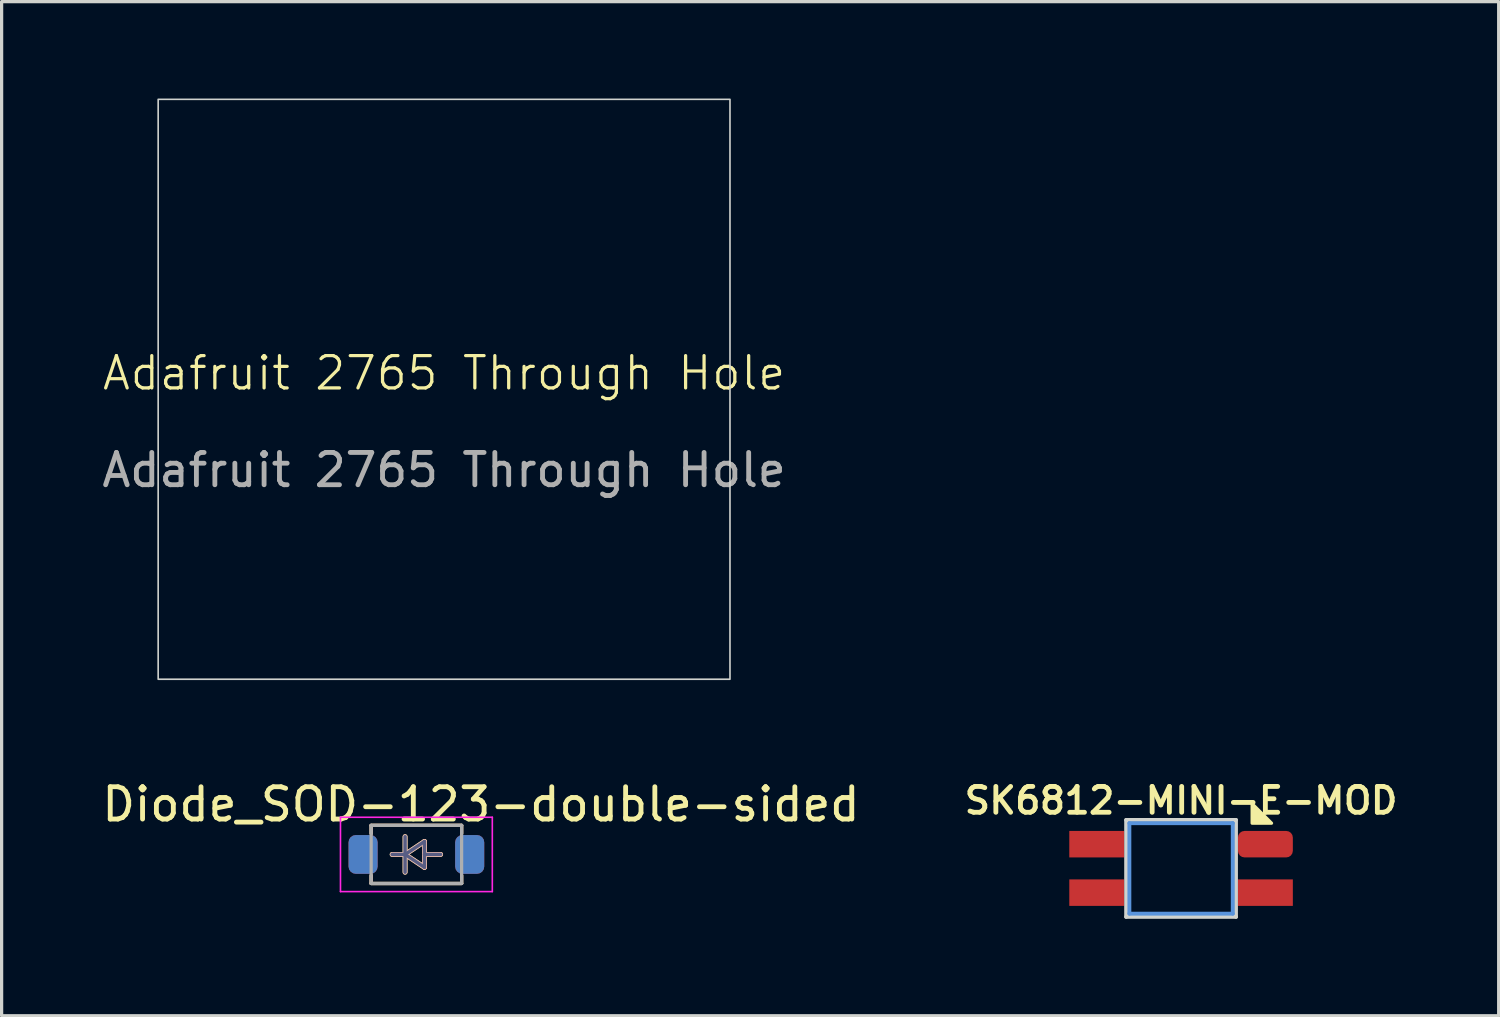
<source format=kicad_pcb>
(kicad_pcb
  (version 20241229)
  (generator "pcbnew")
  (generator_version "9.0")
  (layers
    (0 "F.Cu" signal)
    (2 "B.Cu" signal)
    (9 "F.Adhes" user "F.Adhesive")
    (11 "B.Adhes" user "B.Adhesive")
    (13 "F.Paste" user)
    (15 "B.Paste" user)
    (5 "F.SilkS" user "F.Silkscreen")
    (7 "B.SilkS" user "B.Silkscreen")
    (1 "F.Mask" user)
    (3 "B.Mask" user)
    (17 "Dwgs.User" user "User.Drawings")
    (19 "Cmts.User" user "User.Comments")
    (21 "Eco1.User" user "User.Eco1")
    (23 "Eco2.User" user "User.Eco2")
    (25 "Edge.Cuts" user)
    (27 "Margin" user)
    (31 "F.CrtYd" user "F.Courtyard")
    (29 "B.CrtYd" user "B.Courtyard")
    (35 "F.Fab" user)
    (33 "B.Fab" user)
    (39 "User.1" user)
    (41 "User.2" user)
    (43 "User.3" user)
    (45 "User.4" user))
  (footprint "SK6812-MINI-E-MOD"
    (layer "F.Cu")
    (at 33.509 23.831)
    (property "Reference" "SK6812-MINI-E-MOD" (at 0 -2.1 0) (unlocked yes) (layer "F.SilkS") (effects (font (size 0.8 0.8) (thickness 0.15))))
    (attr through_hole)
    (fp_poly (pts (xy 2.8 -1.4) (xy 2.2 -1.4) (xy 2.2 -2)) (stroke (width 0.1) (type solid)) (fill yes) (layer "F.SilkS"))
    (fp_line (start -1.6 -1.4) (end 1.6 -1.4) (stroke (width 0.12) (type solid)) (layer "Cmts.User"))
    (fp_line (start -1.6 1.4) (end -1.6 -1.4) (stroke (width 0.12) (type solid)) (layer "Cmts.User"))
    (fp_line (start 1.6 -1.4) (end 1.6 1.4) (stroke (width 0.12) (type solid)) (layer "Cmts.User"))
    (fp_line (start 1.6 1.4) (end -1.6 1.4) (stroke (width 0.12) (type solid)) (layer "Cmts.User"))
    (fp_line (start -1.7 -1.5) (end 1.7 -1.5) (stroke (width 0.12) (type solid)) (layer "Edge.Cuts"))
    (fp_line (start -1.7 1.5) (end -1.7 -1.5) (stroke (width 0.12) (type solid)) (layer "Edge.Cuts"))
    (fp_line (start 1.7 -1.5) (end 1.7 1.5) (stroke (width 0.12) (type solid)) (layer "Edge.Cuts"))
    (fp_line (start 1.7 1.5) (end -1.7 1.5) (stroke (width 0.12) (type solid)) (layer "Edge.Cuts"))
    (pad "1" smd rect (at -2.61 0.75) (size 1.7 0.82) (layers "F.Cu" "F.Mask" "F.Paste"))
    (pad "2" smd rect (at -2.61 -0.75) (size 1.7 0.82) (layers "F.Cu" "F.Mask" "F.Paste"))
    (pad "3" smd roundrect (at 2.61 -0.75) (size 1.7 0.82) (layers "F.Cu" "F.Mask" "F.Paste") (roundrect_rratio 0.25))
    (pad "4" smd rect (at 2.61 0.75) (size 1.7 0.82) (layers "F.Cu" "F.Mask" "F.Paste")))
  (footprint "Adafruit 2765 Through Hole"
    (layer "F.Cu")
    (at 10.696 9)
    (property "Reference" "Adafruit 2765 Through Hole" (at 0 -0.5 0) (unlocked yes) (layer "F.SilkS") (effects (font (size 1 1) (thickness 0.1))))
    (attr through_hole)
    (fp_rect (start -8.85 -8.975) (end 8.85 8.975) (stroke (width 0.05) (type default)) (fill no) (layer "Edge.Cuts"))
    (fp_text user "${REFERENCE}" (at 0 2.5 0) (unlocked yes) (layer "F.Fab") (effects (font (size 1 1) (thickness 0.15)))))
  (footprint "Diode_SOD-123-double-sided"
    (layer "F.Cu")
    (at 9.839 23.398)
    (property "Reference" "Diode_SOD-123-double-sided" (at 2 -1.55 180) (layer "F.SilkS") (effects (font (size 1 1) (thickness 0.15))))
    (attr smd)
    (fp_line (start -1.4 -0.9) (end 1.4 -0.9) (stroke (width 0.1) (type default)) (layer "F.SilkS"))
    (fp_line (start -1.4 -0.895) (end -1.4 -0.645) (stroke (width 0.1) (type default)) (layer "F.SilkS"))
    (fp_line (start -1.4 0.65) (end -1.4 0.895) (stroke (width 0.1) (type default)) (layer "F.SilkS"))
    (fp_line (start -1.4 0.9) (end 1.4 0.9) (stroke (width 0.1) (type default)) (layer "F.SilkS"))
    (fp_line (start -0.75 0) (end -0.35 0) (stroke (width 0.15) (type solid)) (layer "F.SilkS"))
    (fp_line (start -0.35 0) (end -0.35 -0.55) (stroke (width 0.15) (type solid)) (layer "F.SilkS"))
    (fp_line (start -0.35 0) (end -0.35 0.55) (stroke (width 0.15) (type solid)) (layer "F.SilkS"))
    (fp_line (start -0.35 0) (end 0.25 -0.4) (stroke (width 0.15) (type solid)) (layer "F.SilkS"))
    (fp_line (start 0.25 -0.4) (end 0.25 0.4) (stroke (width 0.15) (type solid)) (layer "F.SilkS"))
    (fp_line (start 0.25 0) (end 0.75 0) (stroke (width 0.15) (type solid)) (layer "F.SilkS"))
    (fp_line (start 0.25 0.4) (end -0.35 0) (stroke (width 0.15) (type solid)) (layer "F.SilkS"))
    (fp_line (start 1.4 -0.895) (end 1.4 -0.645) (stroke (width 0.1) (type default)) (layer "F.SilkS"))
    (fp_line (start 1.4 0.65) (end 1.4 0.895) (stroke (width 0.1) (type default)) (layer "F.SilkS"))
    (fp_line (start -1.4 -0.895) (end -1.4 -0.645) (stroke (width 0.1) (type default)) (layer "B.SilkS"))
    (fp_line (start -1.4 0.65) (end -1.4 0.895) (stroke (width 0.1) (type default)) (layer "B.SilkS"))
    (fp_line (start -0.75 0) (end -0.35 0) (stroke (width 0.15) (type solid)) (layer "B.SilkS"))
    (fp_line (start -0.35 0) (end -0.35 -0.55) (stroke (width 0.15) (type solid)) (layer "B.SilkS"))
    (fp_line (start -0.35 0) (end -0.35 0.55) (stroke (width 0.15) (type solid)) (layer "B.SilkS"))
    (fp_line (start -0.35 0) (end 0.25 0.4) (stroke (width 0.15) (type solid)) (layer "B.SilkS"))
    (fp_line (start 0.25 -0.4) (end -0.35 0) (stroke (width 0.15) (type solid)) (layer "B.SilkS"))
    (fp_line (start 0.25 0) (end 0.75 0) (stroke (width 0.15) (type solid)) (layer "B.SilkS"))
    (fp_line (start 0.25 0.4) (end 0.25 -0.4) (stroke (width 0.15) (type solid)) (layer "B.SilkS"))
    (fp_line (start 1.4 -0.9) (end -1.4 -0.9) (stroke (width 0.1) (type default)) (layer "B.SilkS"))
    (fp_line (start 1.4 -0.895) (end 1.4 -0.645) (stroke (width 0.1) (type default)) (layer "B.SilkS"))
    (fp_line (start 1.4 0.65) (end 1.4 0.895) (stroke (width 0.1) (type default)) (layer "B.SilkS"))
    (fp_line (start 1.4 0.9) (end -1.4 0.9) (stroke (width 0.1) (type default)) (layer "B.SilkS"))
    (fp_line (start -2.35 -1.15) (end -2.35 1.15) (stroke (width 0.05) (type solid)) (layer "F.CrtYd"))
    (fp_line (start -2.35 -1.15) (end 2.35 -1.15) (stroke (width 0.05) (type solid)) (layer "F.CrtYd"))
    (fp_line (start 2.35 -1.15) (end 2.35 1.15) (stroke (width 0.05) (type solid)) (layer "F.CrtYd"))
    (fp_line (start 2.35 1.15) (end -2.35 1.15) (stroke (width 0.05) (type solid)) (layer "F.CrtYd"))
    (fp_line (start -0.75 0) (end -0.35 0) (stroke (width 0.1) (type solid)) (layer "B.Fab"))
    (fp_line (start -0.35 0) (end -0.35 -0.55) (stroke (width 0.1) (type solid)) (layer "B.Fab"))
    (fp_line (start -0.35 0) (end -0.35 0.55) (stroke (width 0.1) (type solid)) (layer "B.Fab"))
    (fp_line (start -0.35 0) (end 0.25 0.4) (stroke (width 0.1) (type solid)) (layer "B.Fab"))
    (fp_line (start 0.25 -0.4) (end -0.35 0) (stroke (width 0.1) (type solid)) (layer "B.Fab"))
    (fp_line (start 0.25 0) (end 0.75 0) (stroke (width 0.1) (type solid)) (layer "B.Fab"))
    (fp_line (start 0.25 0.4) (end 0.25 -0.4) (stroke (width 0.1) (type solid)) (layer "B.Fab"))
    (fp_line (start -1.4 -0.9) (end 1.4 -0.9) (stroke (width 0.1) (type solid)) (layer "F.Fab"))
    (fp_line (start -1.4 0.9) (end -1.4 -0.9) (stroke (width 0.1) (type solid)) (layer "F.Fab"))
    (fp_line (start -0.75 0) (end -0.35 0) (stroke (width 0.1) (type solid)) (layer "F.Fab"))
    (fp_line (start -0.35 0) (end -0.35 -0.55) (stroke (width 0.1) (type solid)) (layer "F.Fab"))
    (fp_line (start -0.35 0) (end -0.35 0.55) (stroke (width 0.1) (type solid)) (layer "F.Fab"))
    (fp_line (start -0.35 0) (end 0.25 -0.4) (stroke (width 0.1) (type solid)) (layer "F.Fab"))
    (fp_line (start 0.25 -0.4) (end 0.25 0.4) (stroke (width 0.1) (type solid)) (layer "F.Fab"))
    (fp_line (start 0.25 0) (end 0.75 0) (stroke (width 0.1) (type solid)) (layer "F.Fab"))
    (fp_line (start 0.25 0.4) (end -0.35 0) (stroke (width 0.1) (type solid)) (layer "F.Fab"))
    (fp_line (start 1.4 -0.9) (end 1.4 0.9) (stroke (width 0.1) (type solid)) (layer "F.Fab"))
    (fp_line (start 1.4 0.9) (end -1.4 0.9) (stroke (width 0.1) (type solid)) (layer "F.Fab"))
    (pad "1" smd roundrect (at -1.65 0) (size 0.9 1.2) (layers "F.Cu" "F.Mask" "F.Paste") (roundrect_rratio 0.25))
    (pad "1" smd roundrect (at -1.65 0) (size 0.9 1.2) (layers "B.Cu" "B.Mask" "B.Paste") (roundrect_rratio 0.25))
    (pad "2" smd roundrect (at 1.65 0) (size 0.9 1.2) (layers "F.Cu" "F.Mask" "F.Paste") (roundrect_rratio 0.25))
    (pad "2" smd roundrect (at 1.65 0) (size 0.9 1.2) (layers "B.Cu" "B.Mask" "B.Paste") (roundrect_rratio 0.25)))
  (gr_rect
    (start -3 -3)
    (end 43.34 28.391)
    (stroke (width 0.1) (type default))
    (fill no)
    (layer "Edge.Cuts")))
</source>
